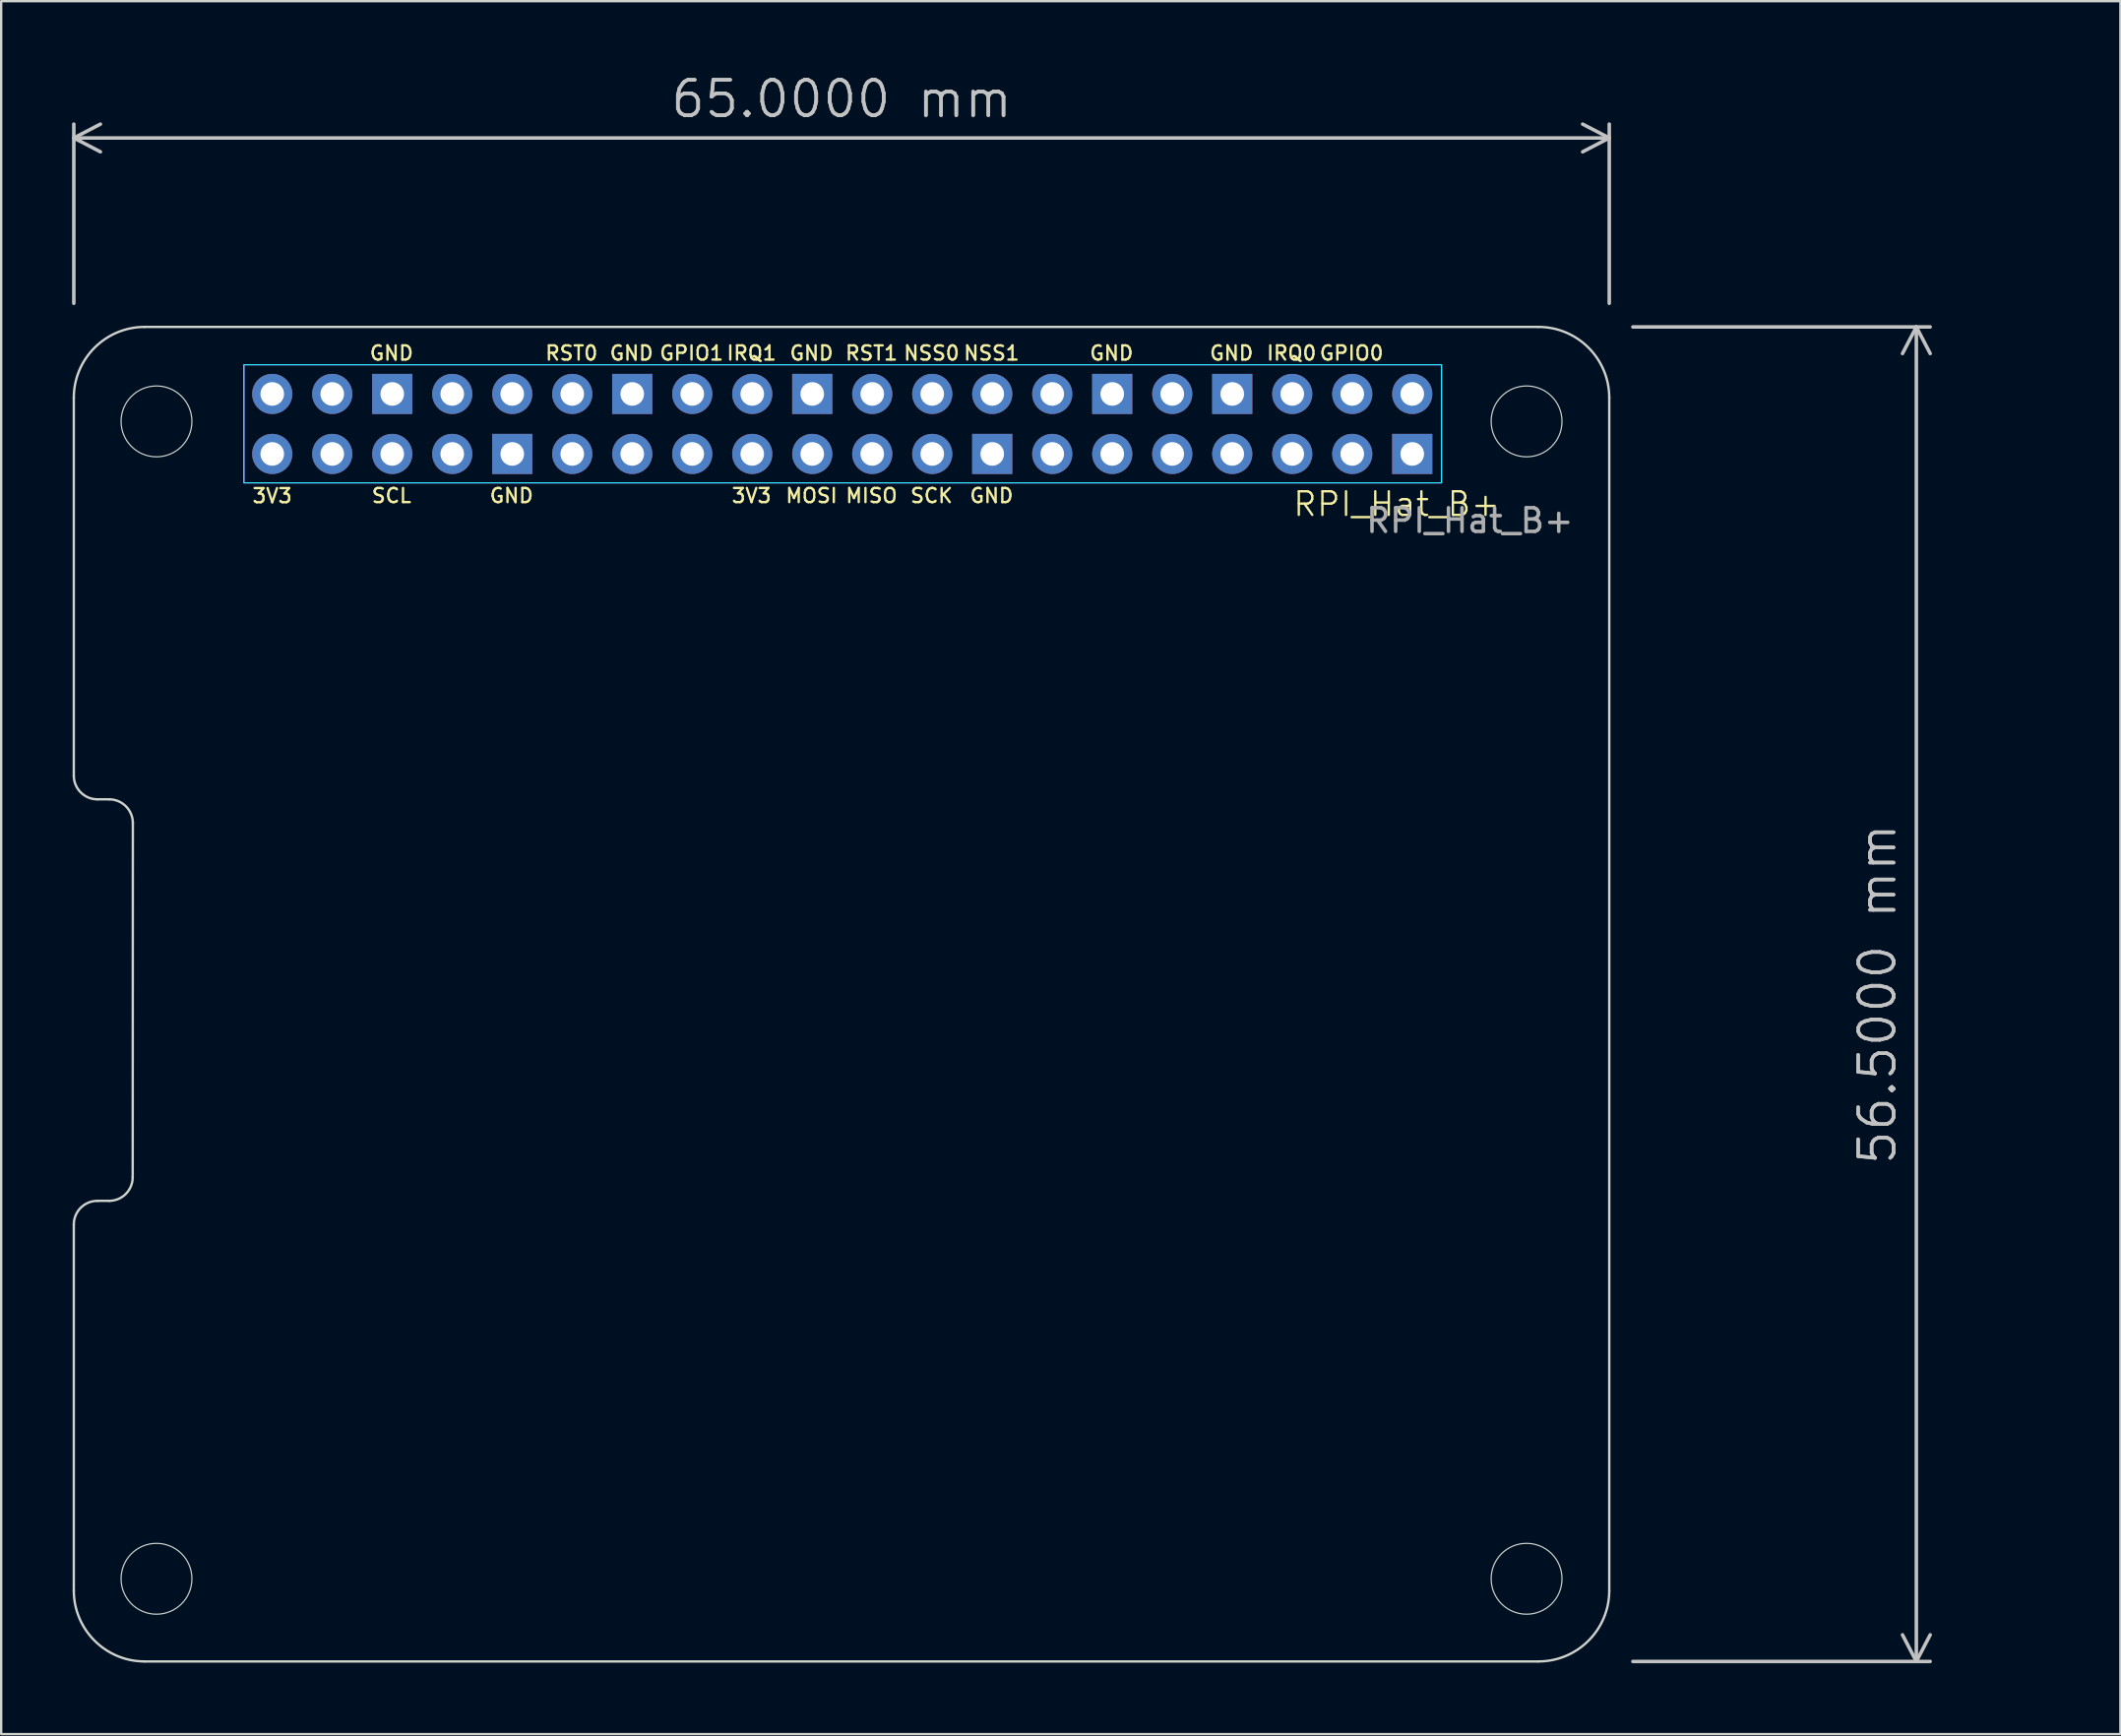
<source format=kicad_pcb>
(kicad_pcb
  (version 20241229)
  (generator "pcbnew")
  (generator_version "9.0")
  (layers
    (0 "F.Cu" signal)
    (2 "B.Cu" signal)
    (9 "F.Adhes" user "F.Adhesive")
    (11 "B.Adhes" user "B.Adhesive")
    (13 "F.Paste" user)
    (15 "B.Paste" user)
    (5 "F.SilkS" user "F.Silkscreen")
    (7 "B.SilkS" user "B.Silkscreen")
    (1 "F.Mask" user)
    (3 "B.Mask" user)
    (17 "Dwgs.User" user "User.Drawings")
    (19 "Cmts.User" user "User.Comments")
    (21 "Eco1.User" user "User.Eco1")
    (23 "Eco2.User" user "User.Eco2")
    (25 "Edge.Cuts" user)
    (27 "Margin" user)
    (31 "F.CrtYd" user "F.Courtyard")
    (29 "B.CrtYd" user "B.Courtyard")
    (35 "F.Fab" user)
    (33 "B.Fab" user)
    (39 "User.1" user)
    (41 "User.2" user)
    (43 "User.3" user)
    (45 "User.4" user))
  (footprint "RPI_Hat_B+"
    (layer "F.Cu")
    (at 32.575 14.791)
    (property "Reference" "RPI_Hat_B+" (at 23.5 3.5 0) (unlocked yes) (layer "F.SilkS") (effects (font (size 1 1) (thickness 0.1))))
    (attr through_hole)
    (fp_line (start -32.5 -1) (end -32.5 15) (stroke (width 0.1) (type solid)) (layer "Edge.Cuts"))
    (fp_line (start -32.5 34) (end -32.5 49.5) (stroke (width 0.1) (type solid)) (layer "Edge.Cuts"))
    (fp_line (start -31.5 16) (end -31 16) (stroke (width 0.1) (type solid)) (layer "Edge.Cuts"))
    (fp_line (start -31.5 33) (end -31 33) (stroke (width 0.1) (type solid)) (layer "Edge.Cuts"))
    (fp_line (start -30 17) (end -30.007 32) (stroke (width 0.1) (type solid)) (layer "Edge.Cuts"))
    (fp_line (start -29.5 -4) (end 29.5 -4) (stroke (width 0.1) (type solid)) (layer "Edge.Cuts"))
    (fp_line (start -29.5 52.5) (end 29.5 52.5) (stroke (width 0.1) (type solid)) (layer "Edge.Cuts"))
    (fp_line (start 32.5 -1) (end 32.5 49.5) (stroke (width 0.1) (type solid)) (layer "Edge.Cuts"))
    (fp_arc (start -32.5 -1) (mid -31.62132 -3.12132) (end -29.5 -4) (stroke (width 0.1) (type solid)) (layer "Edge.Cuts"))
    (fp_arc (start -32.5 34) (mid -32.207107 33.292893) (end -31.5 33) (stroke (width 0.1) (type solid)) (layer "Edge.Cuts"))
    (fp_arc (start -31.5 16) (mid -32.207107 15.707107) (end -32.5 15) (stroke (width 0.1) (type solid)) (layer "Edge.Cuts"))
    (fp_arc (start -31 16) (mid -30.292449 16.297474) (end -29.999975 17.007107) (stroke (width 0.1) (type solid)) (layer "Edge.Cuts"))
    (fp_arc (start -30.007082 32) (mid -30.297474 32.704608) (end -31 33) (stroke (width 0.1) (type solid)) (layer "Edge.Cuts"))
    (fp_arc (start -29.5 52.5) (mid -31.62132 51.62132) (end -32.5 49.5) (stroke (width 0.1) (type solid)) (layer "Edge.Cuts"))
    (fp_arc (start 29.5 -4) (mid 31.62132 -3.12132) (end 32.5 -1) (stroke (width 0.1) (type solid)) (layer "Edge.Cuts"))
    (fp_arc (start 32.5 49.5) (mid 31.62132 51.62132) (end 29.5 52.5) (stroke (width 0.1) (type solid)) (layer "Edge.Cuts"))
    (fp_circle (center -29 0) (end -27.5 0) (stroke (width 0.05) (type solid)) (fill no) (layer "Edge.Cuts"))
    (fp_circle (center -29 49) (end -27.5 49) (stroke (width 0.05) (type solid)) (fill no) (layer "Edge.Cuts"))
    (fp_circle (center 29 0) (end 30.5 0) (stroke (width 0.05) (type solid)) (fill no) (layer "Edge.Cuts"))
    (fp_circle (center 29 49) (end 30.5 49) (stroke (width 0.05) (type solid)) (fill no) (layer "Edge.Cuts"))
    (fp_rect (start -25.3 -2.4) (end 25.4 2.6) (stroke (width 0.05) (type default)) (fill no) (layer "B.CrtYd"))
    (fp_rect (start -25.3 -2.4) (end 25.4 2.6) (stroke (width 0.05) (type default)) (fill no) (layer "F.CrtYd"))
    (fp_text user "GND" (at -8.89 -2.54 0) (unlocked yes) (layer "F.SilkS") (effects (font (size 0.6 0.6) (thickness 0.1)) (justify bottom)))
    (fp_text user "MOSI" (at -1.27 2.794 0) (unlocked yes) (layer "F.SilkS") (effects (font (size 0.6 0.6) (thickness 0.1)) (justify top)))
    (fp_text user "GND" (at 16.51 -2.54 0) (unlocked yes) (layer "F.SilkS") (effects (font (size 0.6 0.6) (thickness 0.1)) (justify bottom)))
    (fp_text user "GND" (at -13.97 2.794 0) (unlocked yes) (layer "F.SilkS") (effects (font (size 0.6 0.6) (thickness 0.1)) (justify top)))
    (fp_text user "RST0" (at -11.43 -2.54 0) (unlocked yes) (layer "F.SilkS") (effects (font (size 0.6 0.6) (thickness 0.1)) (justify bottom)))
    (fp_text user "GND" (at 6.35 2.794 0) (unlocked yes) (layer "F.SilkS") (effects (font (size 0.6 0.6) (thickness 0.1)) (justify top)))
    (fp_text user "GND" (at 11.43 -2.54 0) (unlocked yes) (layer "F.SilkS") (effects (font (size 0.6 0.6) (thickness 0.1)) (justify bottom)))
    (fp_text user "NSS0" (at 3.81 -2.54 0) (unlocked yes) (layer "F.SilkS") (effects (font (size 0.6 0.6) (thickness 0.1)) (justify bottom)))
    (fp_text user "SCL" (at -19.05 2.794 0) (unlocked yes) (layer "F.SilkS") (effects (font (size 0.6 0.6) (thickness 0.1)) (justify top)))
    (fp_text user "IRQ1" (at -3.81 -2.54 0) (unlocked yes) (layer "F.SilkS") (effects (font (size 0.6 0.6) (thickness 0.1)) (justify bottom)))
    (fp_text user "NSS1" (at 6.35 -2.54 0) (unlocked yes) (layer "F.SilkS") (effects (font (size 0.6 0.6) (thickness 0.1)) (justify bottom)))
    (fp_text user "3V3" (at -3.81 2.794 0) (unlocked yes) (layer "F.SilkS") (effects (font (size 0.6 0.6) (thickness 0.1)) (justify top)))
    (fp_text user "SCK" (at 3.81 2.794 0) (unlocked yes) (layer "F.SilkS") (effects (font (size 0.6 0.6) (thickness 0.1)) (justify top)))
    (fp_text user "RST1" (at 1.27 -2.54 0) (unlocked yes) (layer "F.SilkS") (effects (font (size 0.6 0.6) (thickness 0.1)) (justify bottom)))
    (fp_text user "MISO" (at 1.27 2.794 0) (unlocked yes) (layer "F.SilkS") (effects (font (size 0.6 0.6) (thickness 0.1)) (justify top)))
    (fp_text user "GPIO0" (at 21.59 -2.54 0) (unlocked yes) (layer "F.SilkS") (effects (font (size 0.6 0.6) (thickness 0.1)) (justify bottom)))
    (fp_text user "GPIO1" (at -6.35 -2.54 0) (unlocked yes) (layer "F.SilkS") (effects (font (size 0.6 0.6) (thickness 0.1)) (justify bottom)))
    (fp_text user "3V3" (at -24.1 2.8 0) (unlocked yes) (layer "F.SilkS") (effects (font (size 0.6 0.6) (thickness 0.1)) (justify top)))
    (fp_text user "IRQ0" (at 19.05 -2.54 0) (unlocked yes) (layer "F.SilkS") (effects (font (size 0.6 0.6) (thickness 0.1)) (justify bottom)))
    (fp_text user "GND" (at -19.05 -2.54 0) (unlocked yes) (layer "F.SilkS") (effects (font (size 0.6 0.6) (thickness 0.1)) (justify bottom)))
    (fp_text user "GND" (at -1.27 -2.54 0) (unlocked yes) (layer "F.SilkS") (effects (font (size 0.6 0.6) (thickness 0.1)) (justify bottom)))
    (fp_text user "${REFERENCE}" (at 26.6 4.2 0) (unlocked yes) (layer "F.Fab") (effects (font (size 1 1) (thickness 0.15))))
    (dimension (type aligned) (layer "Dwgs.User") (pts (xy 66.075 67.291) (xy 66.075 10.791)) (height 12) (format (prefix "") (suffix "") (units 3) (units_format 1) (precision 4)) (style (thickness 0.15) (arrow_length 1.27) (text_position_mode 0) (arrow_direction outward) (extension_height 0.586) (extension_offset 0) (keep_text_aligned yes)) (gr_text "56.5000 mm" (at 76.425 39.041 90) (layer "Dwgs.User") (effects (font (size 1.5 1.5) (thickness 0.15)))))
    (dimension (type aligned) (layer "Dwgs.User") (pts (xy 65.075 9.791) (xy 0.075 9.791)) (height 7) (format (prefix "") (suffix "") (units 3) (units_format 1) (precision 4)) (style (thickness 0.15) (arrow_length 1.27) (text_position_mode 0) (arrow_direction outward) (extension_height 0.586) (extension_offset 0) (keep_text_aligned yes)) (gr_text "65.0000 mm" (at 32.575 1.141 0) (layer "Dwgs.User") (effects (font (size 1.5 1.5) (thickness 0.15)))))
    (pad "1" thru_hole circle (at -24.1 1.378 90) (size 1.7 1.7) (drill 1) (layers "*.Cu" "*.Mask"))
    (pad "2" thru_hole oval (at -24.1 -1.162 90) (size 1.7 1.7) (drill 1) (layers "*.Cu" "*.Mask"))
    (pad "3" thru_hole oval (at -21.56 1.378 90) (size 1.7 1.7) (drill 1) (layers "*.Cu" "*.Mask"))
    (pad "4" thru_hole oval (at -21.56 -1.162 90) (size 1.7 1.7) (drill 1) (layers "*.Cu" "*.Mask"))
    (pad "5" thru_hole oval (at -19.02 1.378 90) (size 1.7 1.7) (drill 1) (layers "*.Cu" "*.Mask"))
    (pad "6" thru_hole rect (at -19.02 -1.162 90) (size 1.7 1.7) (drill 1) (layers "*.Cu" "*.Mask"))
    (pad "7" thru_hole oval (at -16.48 1.378 90) (size 1.7 1.7) (drill 1) (layers "*.Cu" "*.Mask"))
    (pad "8" thru_hole oval (at -16.48 -1.162 90) (size 1.7 1.7) (drill 1) (layers "*.Cu" "*.Mask"))
    (pad "9" thru_hole rect (at -13.94 1.378 90) (size 1.7 1.7) (drill 1) (layers "*.Cu" "*.Mask"))
    (pad "10" thru_hole oval (at -13.94 -1.162 90) (size 1.7 1.7) (drill 1) (layers "*.Cu" "*.Mask"))
    (pad "11" thru_hole oval (at -11.4 1.378 90) (size 1.7 1.7) (drill 1) (layers "*.Cu" "*.Mask"))
    (pad "12" thru_hole oval (at -11.4 -1.162 90) (size 1.7 1.7) (drill 1) (layers "*.Cu" "*.Mask"))
    (pad "13" thru_hole oval (at -8.86 1.378 90) (size 1.7 1.7) (drill 1) (layers "*.Cu" "*.Mask"))
    (pad "14" thru_hole rect (at -8.86 -1.162 90) (size 1.7 1.7) (drill 1) (layers "*.Cu" "*.Mask"))
    (pad "15" thru_hole oval (at -6.32 1.378 90) (size 1.7 1.7) (drill 1) (layers "*.Cu" "*.Mask"))
    (pad "16" thru_hole oval (at -6.32 -1.162 90) (size 1.7 1.7) (drill 1) (layers "*.Cu" "*.Mask"))
    (pad "17" thru_hole oval (at -3.78 1.378 90) (size 1.7 1.7) (drill 1) (layers "*.Cu" "*.Mask"))
    (pad "18" thru_hole oval (at -3.78 -1.162 90) (size 1.7 1.7) (drill 1) (layers "*.Cu" "*.Mask"))
    (pad "19" thru_hole oval (at -1.24 1.378 90) (size 1.7 1.7) (drill 1) (layers "*.Cu" "*.Mask"))
    (pad "20" thru_hole rect (at -1.24 -1.162 90) (size 1.7 1.7) (drill 1) (layers "*.Cu" "*.Mask"))
    (pad "21" thru_hole oval (at 1.3 1.378 90) (size 1.7 1.7) (drill 1) (layers "*.Cu" "*.Mask"))
    (pad "22" thru_hole oval (at 1.3 -1.162 90) (size 1.7 1.7) (drill 1) (layers "*.Cu" "*.Mask"))
    (pad "23" thru_hole oval (at 3.84 1.378 90) (size 1.7 1.7) (drill 1) (layers "*.Cu" "*.Mask"))
    (pad "24" thru_hole oval (at 3.84 -1.162 90) (size 1.7 1.7) (drill 1) (layers "*.Cu" "*.Mask"))
    (pad "25" thru_hole rect (at 6.38 1.378 90) (size 1.7 1.7) (drill 1) (layers "*.Cu" "*.Mask"))
    (pad "26" thru_hole oval (at 6.38 -1.162 90) (size 1.7 1.7) (drill 1) (layers "*.Cu" "*.Mask"))
    (pad "27" thru_hole oval (at 8.92 1.378 90) (size 1.7 1.7) (drill 1) (layers "*.Cu" "*.Mask"))
    (pad "28" thru_hole oval (at 8.92 -1.162 90) (size 1.7 1.7) (drill 1) (layers "*.Cu" "*.Mask"))
    (pad "29" thru_hole oval (at 11.46 1.378 90) (size 1.7 1.7) (drill 1) (layers "*.Cu" "*.Mask"))
    (pad "30" thru_hole rect (at 11.46 -1.162 90) (size 1.7 1.7) (drill 1) (layers "*.Cu" "*.Mask"))
    (pad "31" thru_hole oval (at 14 1.378 90) (size 1.7 1.7) (drill 1) (layers "*.Cu" "*.Mask"))
    (pad "32" thru_hole oval (at 14 -1.162 90) (size 1.7 1.7) (drill 1) (layers "*.Cu" "*.Mask"))
    (pad "33" thru_hole oval (at 16.54 1.378 90) (size 1.7 1.7) (drill 1) (layers "*.Cu" "*.Mask"))
    (pad "34" thru_hole rect (at 16.54 -1.162 90) (size 1.7 1.7) (drill 1) (layers "*.Cu" "*.Mask"))
    (pad "35" thru_hole oval (at 19.08 1.378 90) (size 1.7 1.7) (drill 1) (layers "*.Cu" "*.Mask"))
    (pad "36" thru_hole oval (at 19.08 -1.162 90) (size 1.7 1.7) (drill 1) (layers "*.Cu" "*.Mask"))
    (pad "37" thru_hole oval (at 21.62 1.378 90) (size 1.7 1.7) (drill 1) (layers "*.Cu" "*.Mask"))
    (pad "38" thru_hole oval (at 21.62 -1.162 90) (size 1.7 1.7) (drill 1) (layers "*.Cu" "*.Mask"))
    (pad "39" thru_hole rect (at 24.16 1.378 90) (size 1.7 1.7) (drill 1) (layers "*.Cu" "*.Mask"))
    (pad "40" thru_hole oval (at 24.16 -1.162 90) (size 1.7 1.7) (drill 1) (layers "*.Cu" "*.Mask")))
  (gr_rect
    (start -3 -3)
    (end 86.714 70.366)
    (stroke (width 0.1) (type default))
    (fill no)
    (layer "Edge.Cuts")))
</source>
